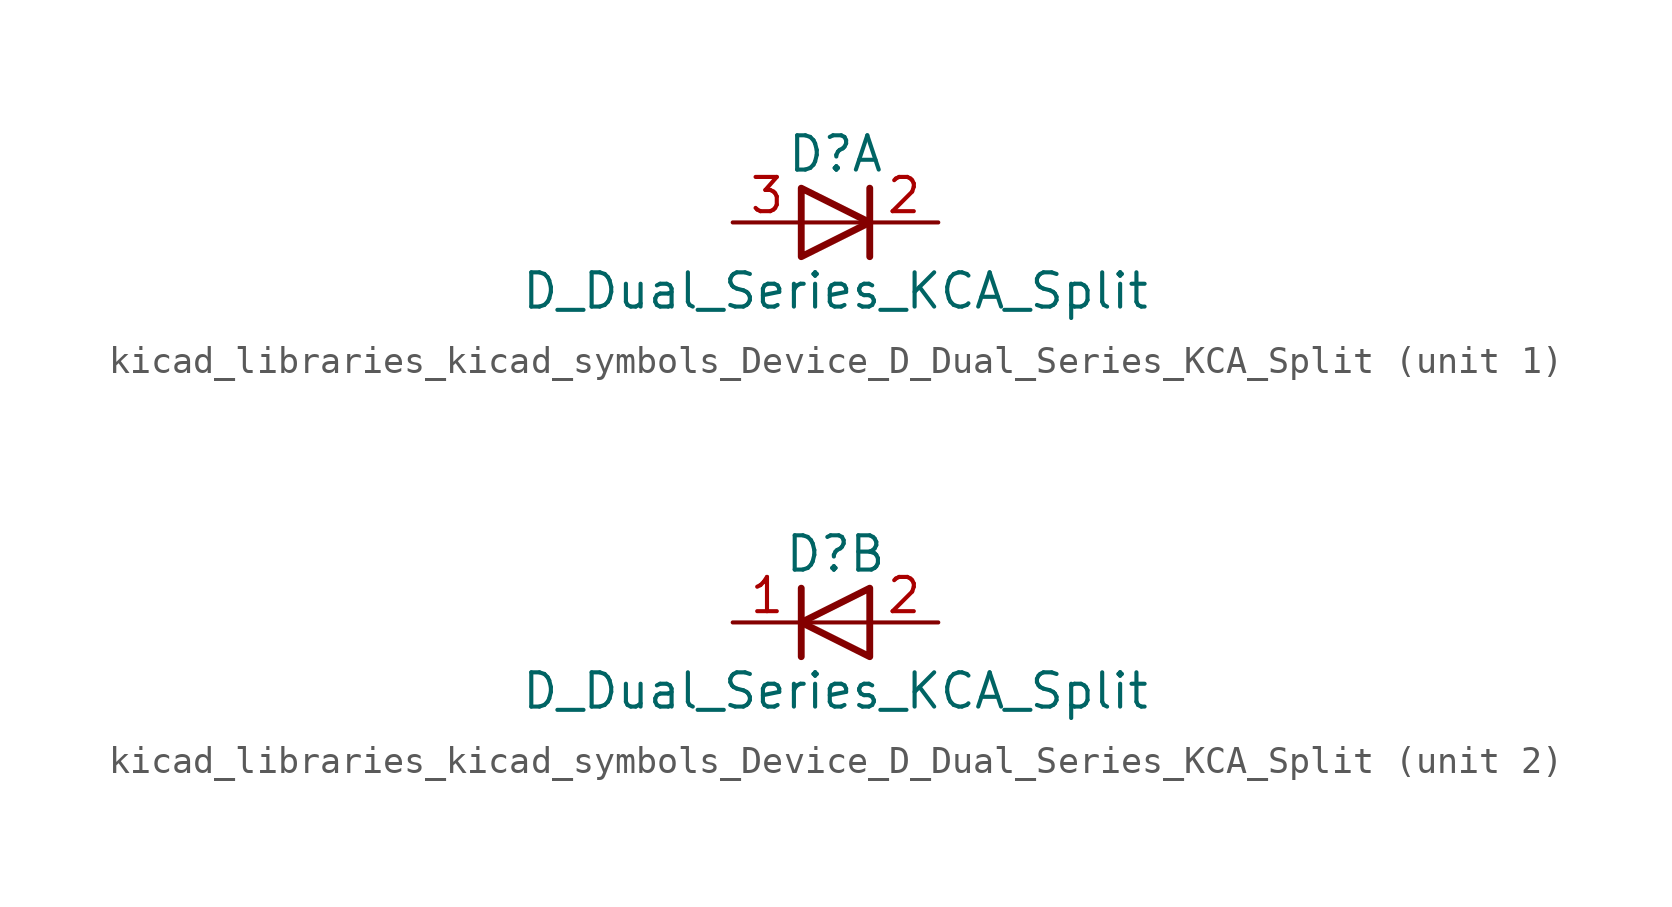
<source format=kicad_sym>
(kicad_symbol_lib
  (version 20220914)
  (generator kicad_symbol_editor)
  (symbol "kicad_libraries_kicad_symbols_Device_D_Dual_Series_KCA_Split"
    (pin_names
      (offset 0.762) hide)
    (property "Reference" "D"
      (at 0 2.54 0)
      (effects (font (size 1.27 1.27))))
    (property "Value" "D_Dual_Series_KCA_Split"
      (at 0 -2.54 0)
      (effects (font (size 1.27 1.27))))
    (property "ki_locked" ""
      (at 0 0 0)
      (effects (font (size 1.27 1.27))))
    (symbol "kicad_libraries_kicad_symbols_Device_D_Dual_Series_KCA_Split_0_1"
      (pin passive line (at 3.81 0 180) (length 2.54) (name "K" (effects (font (size 1.27 1.27)))) (number "2" (effects (font (size 1.27 1.27))))))
    (symbol "kicad_libraries_kicad_symbols_Device_D_Dual_Series_KCA_Split_1_0"
      (polyline (pts (xy 1.27 1.27) (xy 1.27 -1.27)) (stroke (width 0.254) (type default)) (fill (type none))))
    (symbol "kicad_libraries_kicad_symbols_Device_D_Dual_Series_KCA_Split_1_1"
      (polyline (pts (xy 1.27 0) (xy -1.27 0)) (stroke (width 0) (type default)) (fill (type none)))
      (polyline (pts (xy -1.27 1.27) (xy 1.27 0) (xy -1.27 -1.27) (xy -1.27 1.27) (xy -1.27 1.27) (xy -1.27 1.27)) (stroke (width 0.254) (type default)) (fill (type none)))
      (pin passive line (at -3.81 0 0) (length 2.54) (name "A" (effects (font (size 1.27 1.27)))) (number "3" (effects (font (size 1.27 1.27))))))
    (symbol "kicad_libraries_kicad_symbols_Device_D_Dual_Series_KCA_Split_2_0"
      (polyline (pts (xy -1.27 1.27) (xy -1.27 -1.27)) (stroke (width 0.254) (type default)) (fill (type none))))
    (symbol "kicad_libraries_kicad_symbols_Device_D_Dual_Series_KCA_Split_2_1"
      (polyline (pts (xy -1.27 0) (xy 1.27 0)) (stroke (width 0) (type default)) (fill (type none)))
      (polyline (pts (xy 1.27 1.27) (xy -1.27 0) (xy 1.27 -1.27) (xy 1.27 1.27) (xy 1.27 1.27) (xy 1.27 1.27)) (stroke (width 0.254) (type default)) (fill (type none)))
      (pin passive line (at -3.81 0 0) (length 2.54) (name "K" (effects (font (size 1.27 1.27)))) (number "1" (effects (font (size 1.27 1.27))))))))
</source>
